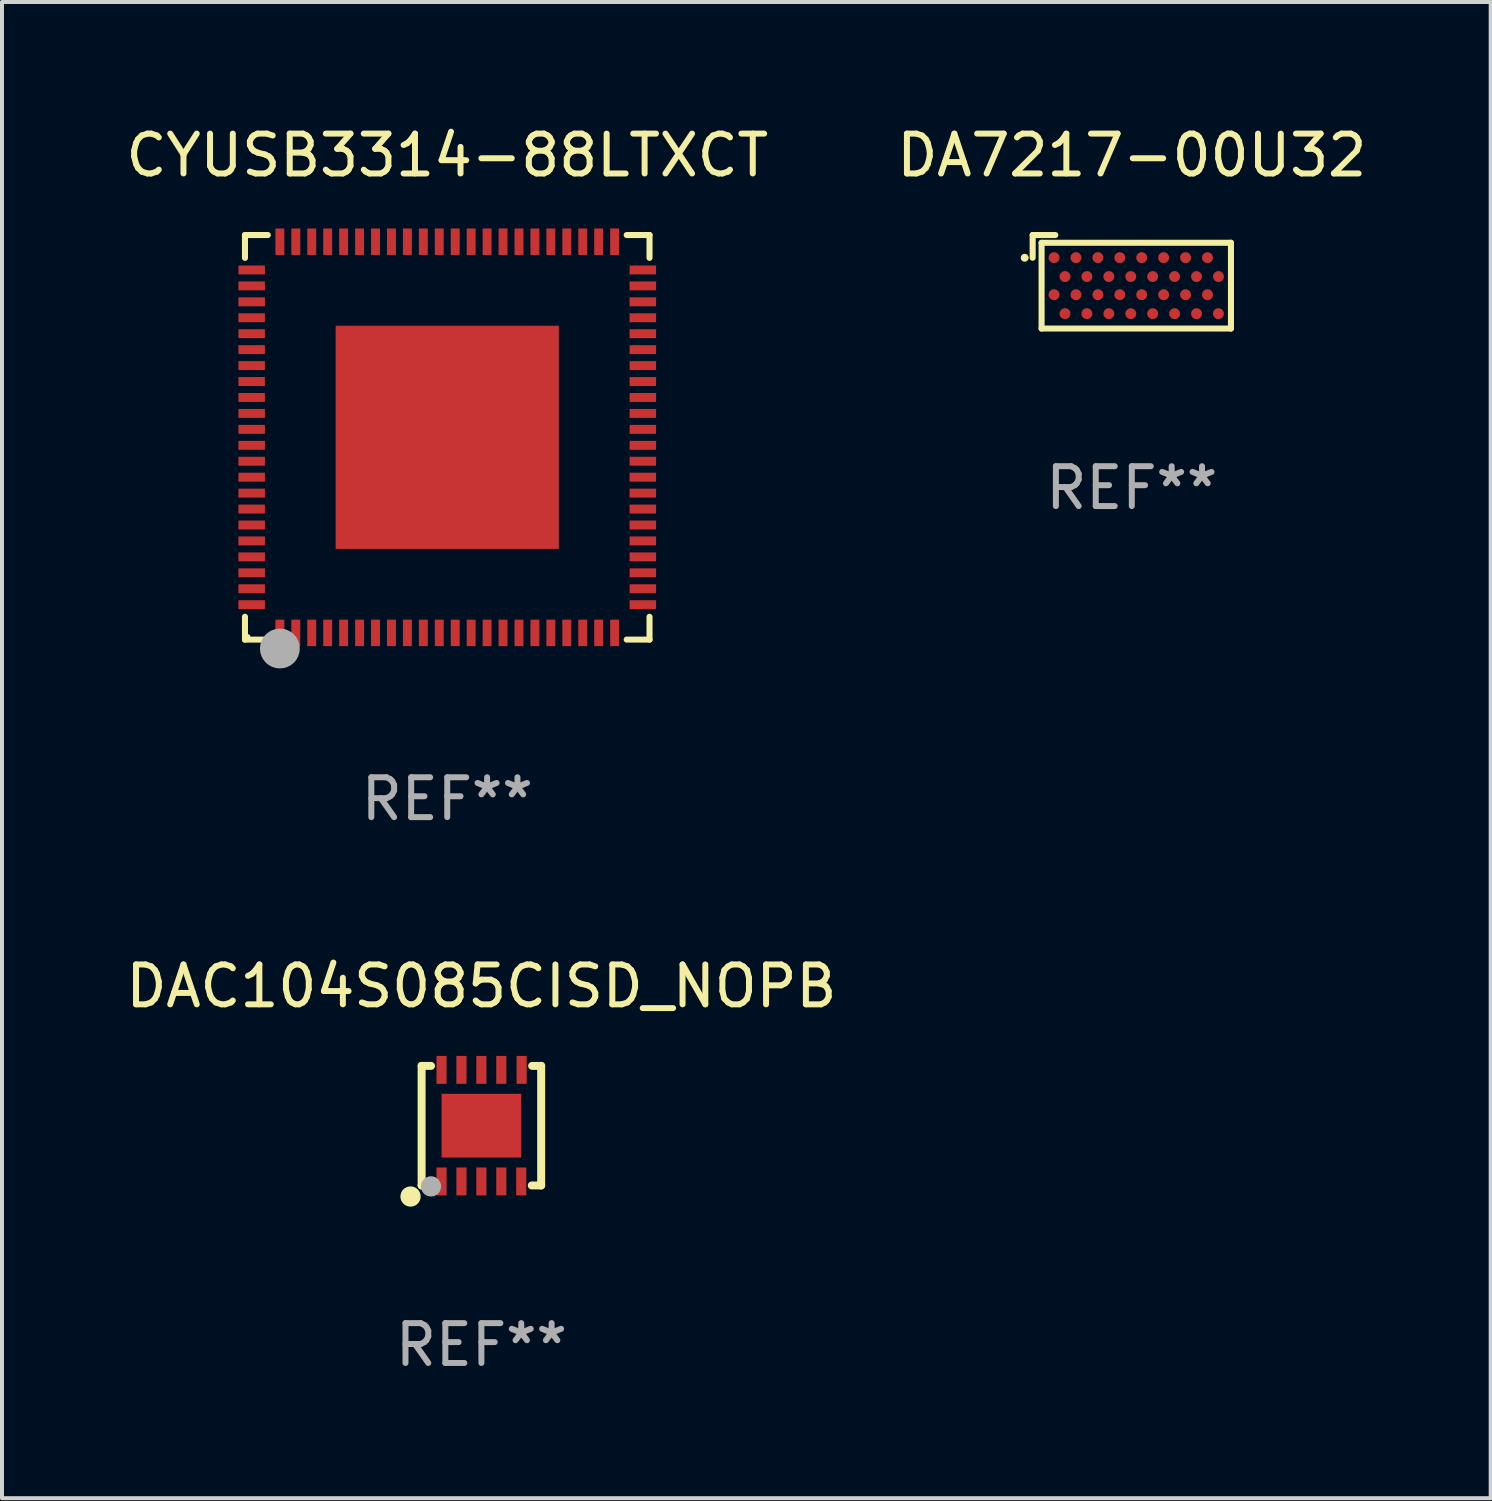
<source format=kicad_pcb>
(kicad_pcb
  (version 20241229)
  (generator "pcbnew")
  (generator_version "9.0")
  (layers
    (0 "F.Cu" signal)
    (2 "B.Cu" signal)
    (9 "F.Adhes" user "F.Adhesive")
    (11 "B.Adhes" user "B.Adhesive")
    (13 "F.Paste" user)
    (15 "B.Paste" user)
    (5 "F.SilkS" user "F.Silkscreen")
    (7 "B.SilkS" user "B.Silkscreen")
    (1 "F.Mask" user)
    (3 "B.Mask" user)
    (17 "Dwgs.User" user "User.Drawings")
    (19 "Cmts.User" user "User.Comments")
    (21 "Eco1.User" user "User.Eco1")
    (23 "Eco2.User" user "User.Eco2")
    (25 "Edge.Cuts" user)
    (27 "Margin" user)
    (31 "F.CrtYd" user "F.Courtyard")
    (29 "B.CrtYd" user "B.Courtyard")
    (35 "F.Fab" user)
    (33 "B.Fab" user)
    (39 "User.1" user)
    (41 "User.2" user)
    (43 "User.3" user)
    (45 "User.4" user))
  (footprint "DA7217-00U32"
    (layer "F.Cu")
    (at 25.351 4.021)
    (property "Reference" "DA7217-00U32" (at 0 -3.173 0) (layer "F.SilkS") (effects (font (size 1 1) (thickness 0.15))))
    (attr through_hole)
    (fp_line (start -2.488 -1.173) (end -2.488 -0.603) (stroke (width 0.152) (type solid)) (layer "F.SilkS"))
    (fp_line (start -2.428 -1.173) (end -2.488 -1.173) (stroke (width 0.152) (type solid)) (layer "F.SilkS"))
    (fp_line (start -2.264 -0.979) (end 2.488 -0.979) (stroke (width 0.152) (type solid)) (layer "F.SilkS"))
    (fp_line (start -2.264 1.173) (end -2.264 -0.979) (stroke (width 0.152) (type solid)) (layer "F.SilkS"))
    (fp_line (start -1.92 -1.173) (end -2.428 -1.173) (stroke (width 0.152) (type solid)) (layer "F.SilkS"))
    (fp_line (start 2.488 -0.979) (end 2.488 1.173) (stroke (width 0.152) (type solid)) (layer "F.SilkS"))
    (fp_line (start 2.488 1.173) (end -2.264 1.173) (stroke (width 0.152) (type solid)) (layer "F.SilkS"))
    (fp_circle (center -2.688 -0.603) (end -2.638 -0.603) (stroke (width 0.1) (type solid)) (fill no) (layer "F.SilkS"))
    (fp_text user "REF**" (at 0 5.173 0) (layer "F.Fab") (effects (font (size 1 1) (thickness 0.15))))
    (pad "A1" smd circle (at -1.951 -0.606) (size 0.274 0.274) (layers "F.Cu" "F.Mask" "F.Paste"))
    (pad "A3" smd circle (at -1.401 -0.606) (size 0.274 0.274) (layers "F.Cu" "F.Mask" "F.Paste"))
    (pad "A5" smd circle (at -0.851 -0.606) (size 0.274 0.274) (layers "F.Cu" "F.Mask" "F.Paste"))
    (pad "A7" smd circle (at -0.301 -0.606) (size 0.274 0.274) (layers "F.Cu" "F.Mask" "F.Paste"))
    (pad "A9" smd circle (at 0.249 -0.606) (size 0.274 0.274) (layers "F.Cu" "F.Mask" "F.Paste"))
    (pad "A11" smd circle (at 0.799 -0.606) (size 0.274 0.274) (layers "F.Cu" "F.Mask" "F.Paste"))
    (pad "A13" smd circle (at 1.349 -0.606) (size 0.274 0.274) (layers "F.Cu" "F.Mask" "F.Paste"))
    (pad "A15" smd circle (at 1.899 -0.606) (size 0.274 0.274) (layers "F.Cu" "F.Mask" "F.Paste"))
    (pad "B2" smd circle (at -1.676 -0.131) (size 0.274 0.274) (layers "F.Cu" "F.Mask" "F.Paste"))
    (pad "B4" smd circle (at -1.126 -0.131) (size 0.274 0.274) (layers "F.Cu" "F.Mask" "F.Paste"))
    (pad "B6" smd circle (at -0.576 -0.131) (size 0.274 0.274) (layers "F.Cu" "F.Mask" "F.Paste"))
    (pad "B8" smd circle (at -0.026 -0.131) (size 0.274 0.274) (layers "F.Cu" "F.Mask" "F.Paste"))
    (pad "B10" smd circle (at 0.524 -0.131) (size 0.274 0.274) (layers "F.Cu" "F.Mask" "F.Paste"))
    (pad "B12" smd circle (at 1.074 -0.131) (size 0.274 0.274) (layers "F.Cu" "F.Mask" "F.Paste"))
    (pad "B14" smd circle (at 1.624 -0.131) (size 0.274 0.274) (layers "F.Cu" "F.Mask" "F.Paste"))
    (pad "B16" smd circle (at 2.174 -0.131) (size 0.274 0.274) (layers "F.Cu" "F.Mask" "F.Paste"))
    (pad "C1" smd circle (at -1.951 0.324) (size 0.274 0.274) (layers "F.Cu" "F.Mask" "F.Paste"))
    (pad "C3" smd circle (at -1.401 0.324) (size 0.274 0.274) (layers "F.Cu" "F.Mask" "F.Paste"))
    (pad "C5" smd circle (at -0.851 0.324) (size 0.274 0.274) (layers "F.Cu" "F.Mask" "F.Paste"))
    (pad "C7" smd circle (at -0.301 0.324) (size 0.274 0.274) (layers "F.Cu" "F.Mask" "F.Paste"))
    (pad "C9" smd circle (at 0.249 0.324) (size 0.274 0.274) (layers "F.Cu" "F.Mask" "F.Paste"))
    (pad "C11" smd circle (at 0.799 0.324) (size 0.274 0.274) (layers "F.Cu" "F.Mask" "F.Paste"))
    (pad "C13" smd circle (at 1.349 0.324) (size 0.274 0.274) (layers "F.Cu" "F.Mask" "F.Paste"))
    (pad "C15" smd circle (at 1.899 0.324) (size 0.274 0.274) (layers "F.Cu" "F.Mask" "F.Paste"))
    (pad "D2" smd circle (at -1.676 0.8) (size 0.274 0.274) (layers "F.Cu" "F.Mask" "F.Paste"))
    (pad "D4" smd circle (at -1.126 0.8) (size 0.274 0.274) (layers "F.Cu" "F.Mask" "F.Paste"))
    (pad "D6" smd circle (at -0.576 0.8) (size 0.274 0.274) (layers "F.Cu" "F.Mask" "F.Paste"))
    (pad "D8" smd circle (at -0.026 0.8) (size 0.274 0.274) (layers "F.Cu" "F.Mask" "F.Paste"))
    (pad "D10" smd circle (at 0.524 0.8) (size 0.274 0.274) (layers "F.Cu" "F.Mask" "F.Paste"))
    (pad "D12" smd circle (at 1.074 0.8) (size 0.274 0.274) (layers "F.Cu" "F.Mask" "F.Paste"))
    (pad "D14" smd circle (at 1.624 0.8) (size 0.274 0.274) (layers "F.Cu" "F.Mask" "F.Paste"))
    (pad "D16" smd circle (at 2.174 0.8) (size 0.274 0.274) (layers "F.Cu" "F.Mask" "F.Paste")))
  (footprint "DAC104S085CISD_NOPB"
    (layer "F.Cu")
    (at 9.03 25.197)
    (property "Reference" "DAC104S085CISD_NOPB" (at 0 -3.5 0) (layer "F.SilkS") (effects (font (size 1 1) (thickness 0.15))))
    (attr through_hole)
    (fp_line (start -1.5 -1.5) (end -1.5 1.5) (stroke (width 0.2) (type solid)) (layer "F.SilkS"))
    (fp_line (start -1.5 -1.5) (end -1.264 -1.5) (stroke (width 0.2) (type solid)) (layer "F.SilkS"))
    (fp_line (start -1.5 1.5) (end -1.264 1.5) (stroke (width 0.2) (type solid)) (layer "F.SilkS"))
    (fp_line (start 1.264 1.5) (end 1.5 1.5) (stroke (width 0.2) (type solid)) (layer "F.SilkS"))
    (fp_line (start 1.274 -1.5) (end 1.5 -1.5) (stroke (width 0.2) (type solid)) (layer "F.SilkS"))
    (fp_line (start 1.5 -1.5) (end 1.5 1.5) (stroke (width 0.2) (type solid)) (layer "F.SilkS"))
    (fp_circle (center -1.778 1.778) (end -1.651 1.778) (stroke (width 0.254) (type solid)) (fill no) (layer "F.SilkS"))
    (fp_circle (center -1.495 1.5) (end -1.465 1.5) (stroke (width 0.06) (type solid)) (fill no) (layer "F.SilkS"))
    (fp_circle (center -1.265 1.524) (end -1.138 1.524) (stroke (width 0.254) (type solid)) (fill no) (layer "F.Fab"))
    (fp_text user "REF**" (at 0 5.5 0) (layer "F.Fab") (effects (font (size 1 1) (thickness 0.15))))
    (pad "1" smd rect (at -1 1.4) (size 0.254 0.701) (layers "F.Cu" "F.Mask" "F.Paste"))
    (pad "2" smd rect (at -0.5 1.4) (size 0.254 0.701) (layers "F.Cu" "F.Mask" "F.Paste"))
    (pad "3" smd rect (at 0 1.4) (size 0.254 0.701) (layers "F.Cu" "F.Mask" "F.Paste"))
    (pad "4" smd rect (at 0.5 1.4) (size 0.254 0.701) (layers "F.Cu" "F.Mask" "F.Paste"))
    (pad "5" smd rect (at 1 1.4) (size 0.254 0.701) (layers "F.Cu" "F.Mask" "F.Paste"))
    (pad "6" smd rect (at 1.01 -1.4) (size 0.254 0.701) (layers "F.Cu" "F.Mask" "F.Paste"))
    (pad "7" smd rect (at 0.5 -1.4) (size 0.254 0.701) (layers "F.Cu" "F.Mask" "F.Paste"))
    (pad "8" smd rect (at 0 -1.4) (size 0.254 0.701) (layers "F.Cu" "F.Mask" "F.Paste"))
    (pad "9" smd rect (at -0.5 -1.4) (size 0.254 0.701) (layers "F.Cu" "F.Mask" "F.Paste"))
    (pad "10" smd rect (at -1 -1.4) (size 0.254 0.701) (layers "F.Cu" "F.Mask" "F.Paste"))
    (pad "11" smd rect (at 0 -0.000127) (size 2 1.6) (layers "F.Cu" "F.Mask" "F.Paste")))
  (footprint "CYUSB3314-88LTXCT"
    (layer "F.Cu")
    (at 8.173 7.924)
    (property "Reference" "CYUSB3314-88LTXCT" (at 0 -7.076 0) (layer "F.SilkS") (effects (font (size 1 1) (thickness 0.15))))
    (attr through_hole)
    (fp_line (start -5.076 -5.076) (end -4.503 -5.076) (stroke (width 0.152) (type solid)) (layer "F.SilkS"))
    (fp_line (start -5.076 -4.503) (end -5.076 -5.076) (stroke (width 0.152) (type solid)) (layer "F.SilkS"))
    (fp_line (start -5.076 4.503) (end -5.076 5.076) (stroke (width 0.152) (type solid)) (layer "F.SilkS"))
    (fp_line (start -5.076 5.076) (end -4.503 5.076) (stroke (width 0.152) (type solid)) (layer "F.SilkS"))
    (fp_line (start 5.076 -5.076) (end 4.503 -5.076) (stroke (width 0.152) (type solid)) (layer "F.SilkS"))
    (fp_line (start 5.076 -4.503) (end 5.076 -5.076) (stroke (width 0.152) (type solid)) (layer "F.SilkS"))
    (fp_line (start 5.076 4.503) (end 5.076 5.076) (stroke (width 0.152) (type solid)) (layer "F.SilkS"))
    (fp_line (start 5.076 5.076) (end 4.503 5.076) (stroke (width 0.152) (type solid)) (layer "F.SilkS"))
    (fp_circle (center -5 5) (end -4.97 5) (stroke (width 0.06) (type solid)) (fill no) (layer "F.SilkS"))
    (fp_circle (center -4.2 5.54) (end -4.125 5.54) (stroke (width 0.15) (type solid)) (fill no) (layer "F.SilkS"))
    (fp_circle (center -4.2 5.3) (end -3.95 5.3) (stroke (width 0.5) (type solid)) (fill no) (layer "F.Fab"))
    (fp_text user "REF**" (at 0 9.076 0) (layer "F.Fab") (effects (font (size 1 1) (thickness 0.15))))
    (pad "1" smd rect (at -4.2 4.908) (size 0.224 0.665) (layers "F.Cu" "F.Mask" "F.Paste"))
    (pad "2" smd rect (at -3.8 4.908) (size 0.224 0.665) (layers "F.Cu" "F.Mask" "F.Paste"))
    (pad "3" smd rect (at -3.4 4.908) (size 0.224 0.665) (layers "F.Cu" "F.Mask" "F.Paste"))
    (pad "4" smd rect (at -3 4.908) (size 0.224 0.665) (layers "F.Cu" "F.Mask" "F.Paste"))
    (pad "5" smd rect (at -2.6 4.908) (size 0.224 0.665) (layers "F.Cu" "F.Mask" "F.Paste"))
    (pad "6" smd rect (at -2.2 4.908) (size 0.224 0.665) (layers "F.Cu" "F.Mask" "F.Paste"))
    (pad "7" smd rect (at -1.8 4.908) (size 0.224 0.665) (layers "F.Cu" "F.Mask" "F.Paste"))
    (pad "8" smd rect (at -1.4 4.908) (size 0.224 0.665) (layers "F.Cu" "F.Mask" "F.Paste"))
    (pad "9" smd rect (at -1 4.908) (size 0.224 0.665) (layers "F.Cu" "F.Mask" "F.Paste"))
    (pad "10" smd rect (at -0.6 4.908) (size 0.224 0.665) (layers "F.Cu" "F.Mask" "F.Paste"))
    (pad "11" smd rect (at -0.2 4.908) (size 0.224 0.665) (layers "F.Cu" "F.Mask" "F.Paste"))
    (pad "12" smd rect (at 0.2 4.908) (size 0.224 0.665) (layers "F.Cu" "F.Mask" "F.Paste"))
    (pad "13" smd rect (at 0.6 4.908) (size 0.224 0.665) (layers "F.Cu" "F.Mask" "F.Paste"))
    (pad "14" smd rect (at 1 4.908) (size 0.224 0.665) (layers "F.Cu" "F.Mask" "F.Paste"))
    (pad "15" smd rect (at 1.4 4.908) (size 0.224 0.665) (layers "F.Cu" "F.Mask" "F.Paste"))
    (pad "16" smd rect (at 1.8 4.908) (size 0.224 0.665) (layers "F.Cu" "F.Mask" "F.Paste"))
    (pad "17" smd rect (at 2.2 4.908) (size 0.224 0.665) (layers "F.Cu" "F.Mask" "F.Paste"))
    (pad "18" smd rect (at 2.6 4.908) (size 0.224 0.665) (layers "F.Cu" "F.Mask" "F.Paste"))
    (pad "19" smd rect (at 3 4.908) (size 0.224 0.665) (layers "F.Cu" "F.Mask" "F.Paste"))
    (pad "20" smd rect (at 3.4 4.908) (size 0.224 0.665) (layers "F.Cu" "F.Mask" "F.Paste"))
    (pad "21" smd rect (at 3.8 4.908) (size 0.224 0.665) (layers "F.Cu" "F.Mask" "F.Paste"))
    (pad "22" smd rect (at 4.2 4.908) (size 0.224 0.665) (layers "F.Cu" "F.Mask" "F.Paste"))
    (pad "23" smd rect (at 4.908 4.2) (size 0.665 0.224) (layers "F.Cu" "F.Mask" "F.Paste"))
    (pad "24" smd rect (at 4.908 3.8) (size 0.665 0.224) (layers "F.Cu" "F.Mask" "F.Paste"))
    (pad "25" smd rect (at 4.908 3.4) (size 0.665 0.224) (layers "F.Cu" "F.Mask" "F.Paste"))
    (pad "26" smd rect (at 4.908 3) (size 0.665 0.224) (layers "F.Cu" "F.Mask" "F.Paste"))
    (pad "27" smd rect (at 4.908 2.6) (size 0.665 0.224) (layers "F.Cu" "F.Mask" "F.Paste"))
    (pad "28" smd rect (at 4.908 2.2) (size 0.665 0.224) (layers "F.Cu" "F.Mask" "F.Paste"))
    (pad "29" smd rect (at 4.908 1.8) (size 0.665 0.224) (layers "F.Cu" "F.Mask" "F.Paste"))
    (pad "30" smd rect (at 4.908 1.4) (size 0.665 0.224) (layers "F.Cu" "F.Mask" "F.Paste"))
    (pad "31" smd rect (at 4.908 1) (size 0.665 0.224) (layers "F.Cu" "F.Mask" "F.Paste"))
    (pad "32" smd rect (at 4.908 0.6) (size 0.665 0.224) (layers "F.Cu" "F.Mask" "F.Paste"))
    (pad "33" smd rect (at 4.908 0.2) (size 0.665 0.224) (layers "F.Cu" "F.Mask" "F.Paste"))
    (pad "34" smd rect (at 4.908 -0.2) (size 0.665 0.224) (layers "F.Cu" "F.Mask" "F.Paste"))
    (pad "35" smd rect (at 4.908 -0.6) (size 0.665 0.224) (layers "F.Cu" "F.Mask" "F.Paste"))
    (pad "36" smd rect (at 4.908 -1) (size 0.665 0.224) (layers "F.Cu" "F.Mask" "F.Paste"))
    (pad "37" smd rect (at 4.908 -1.4) (size 0.665 0.224) (layers "F.Cu" "F.Mask" "F.Paste"))
    (pad "38" smd rect (at 4.908 -1.8) (size 0.665 0.224) (layers "F.Cu" "F.Mask" "F.Paste"))
    (pad "39" smd rect (at 4.908 -2.2) (size 0.665 0.224) (layers "F.Cu" "F.Mask" "F.Paste"))
    (pad "40" smd rect (at 4.908 -2.6) (size 0.665 0.224) (layers "F.Cu" "F.Mask" "F.Paste"))
    (pad "41" smd rect (at 4.908 -3) (size 0.665 0.224) (layers "F.Cu" "F.Mask" "F.Paste"))
    (pad "42" smd rect (at 4.908 -3.4) (size 0.665 0.224) (layers "F.Cu" "F.Mask" "F.Paste"))
    (pad "43" smd rect (at 4.908 -3.8) (size 0.665 0.224) (layers "F.Cu" "F.Mask" "F.Paste"))
    (pad "44" smd rect (at 4.908 -4.2) (size 0.665 0.224) (layers "F.Cu" "F.Mask" "F.Paste"))
    (pad "45" smd rect (at 4.2 -4.908) (size 0.224 0.665) (layers "F.Cu" "F.Mask" "F.Paste"))
    (pad "46" smd rect (at 3.8 -4.908) (size 0.224 0.665) (layers "F.Cu" "F.Mask" "F.Paste"))
    (pad "47" smd rect (at 3.4 -4.908) (size 0.224 0.665) (layers "F.Cu" "F.Mask" "F.Paste"))
    (pad "48" smd rect (at 3 -4.908) (size 0.224 0.665) (layers "F.Cu" "F.Mask" "F.Paste"))
    (pad "49" smd rect (at 2.6 -4.908) (size 0.224 0.665) (layers "F.Cu" "F.Mask" "F.Paste"))
    (pad "50" smd rect (at 2.2 -4.908) (size 0.224 0.665) (layers "F.Cu" "F.Mask" "F.Paste"))
    (pad "51" smd rect (at 1.8 -4.908) (size 0.224 0.665) (layers "F.Cu" "F.Mask" "F.Paste"))
    (pad "52" smd rect (at 1.4 -4.908) (size 0.224 0.665) (layers "F.Cu" "F.Mask" "F.Paste"))
    (pad "53" smd rect (at 1 -4.908) (size 0.224 0.665) (layers "F.Cu" "F.Mask" "F.Paste"))
    (pad "54" smd rect (at 0.6 -4.908) (size 0.224 0.665) (layers "F.Cu" "F.Mask" "F.Paste"))
    (pad "55" smd rect (at 0.2 -4.908) (size 0.224 0.665) (layers "F.Cu" "F.Mask" "F.Paste"))
    (pad "56" smd rect (at -0.2 -4.908) (size 0.224 0.665) (layers "F.Cu" "F.Mask" "F.Paste"))
    (pad "57" smd rect (at -0.6 -4.908) (size 0.224 0.665) (layers "F.Cu" "F.Mask" "F.Paste"))
    (pad "58" smd rect (at -1 -4.908) (size 0.224 0.665) (layers "F.Cu" "F.Mask" "F.Paste"))
    (pad "59" smd rect (at -1.4 -4.908) (size 0.224 0.665) (layers "F.Cu" "F.Mask" "F.Paste"))
    (pad "60" smd rect (at -1.8 -4.908) (size 0.224 0.665) (layers "F.Cu" "F.Mask" "F.Paste"))
    (pad "61" smd rect (at -2.2 -4.908) (size 0.224 0.665) (layers "F.Cu" "F.Mask" "F.Paste"))
    (pad "62" smd rect (at -2.6 -4.908) (size 0.224 0.665) (layers "F.Cu" "F.Mask" "F.Paste"))
    (pad "63" smd rect (at -3 -4.908) (size 0.224 0.665) (layers "F.Cu" "F.Mask" "F.Paste"))
    (pad "64" smd rect (at -3.4 -4.908) (size 0.224 0.665) (layers "F.Cu" "F.Mask" "F.Paste"))
    (pad "65" smd rect (at -3.8 -4.908) (size 0.224 0.665) (layers "F.Cu" "F.Mask" "F.Paste"))
    (pad "66" smd rect (at -4.2 -4.908) (size 0.224 0.665) (layers "F.Cu" "F.Mask" "F.Paste"))
    (pad "67" smd rect (at -4.908 -4.2) (size 0.665 0.224) (layers "F.Cu" "F.Mask" "F.Paste"))
    (pad "68" smd rect (at -4.908 -3.8) (size 0.665 0.224) (layers "F.Cu" "F.Mask" "F.Paste"))
    (pad "69" smd rect (at -4.908 -3.4) (size 0.665 0.224) (layers "F.Cu" "F.Mask" "F.Paste"))
    (pad "70" smd rect (at -4.908 -3) (size 0.665 0.224) (layers "F.Cu" "F.Mask" "F.Paste"))
    (pad "71" smd rect (at -4.908 -2.6) (size 0.665 0.224) (layers "F.Cu" "F.Mask" "F.Paste"))
    (pad "72" smd rect (at -4.908 -2.2) (size 0.665 0.224) (layers "F.Cu" "F.Mask" "F.Paste"))
    (pad "73" smd rect (at -4.908 -1.8) (size 0.665 0.224) (layers "F.Cu" "F.Mask" "F.Paste"))
    (pad "74" smd rect (at -4.908 -1.4) (size 0.665 0.224) (layers "F.Cu" "F.Mask" "F.Paste"))
    (pad "75" smd rect (at -4.908 -1) (size 0.665 0.224) (layers "F.Cu" "F.Mask" "F.Paste"))
    (pad "76" smd rect (at -4.908 -0.6) (size 0.665 0.224) (layers "F.Cu" "F.Mask" "F.Paste"))
    (pad "77" smd rect (at -4.908 -0.2) (size 0.665 0.224) (layers "F.Cu" "F.Mask" "F.Paste"))
    (pad "78" smd rect (at -4.908 0.2) (size 0.665 0.224) (layers "F.Cu" "F.Mask" "F.Paste"))
    (pad "79" smd rect (at -4.908 0.6) (size 0.665 0.224) (layers "F.Cu" "F.Mask" "F.Paste"))
    (pad "80" smd rect (at -4.908 1) (size 0.665 0.224) (layers "F.Cu" "F.Mask" "F.Paste"))
    (pad "81" smd rect (at -4.908 1.4) (size 0.665 0.224) (layers "F.Cu" "F.Mask" "F.Paste"))
    (pad "82" smd rect (at -4.908 1.8) (size 0.665 0.224) (layers "F.Cu" "F.Mask" "F.Paste"))
    (pad "83" smd rect (at -4.908 2.2) (size 0.665 0.224) (layers "F.Cu" "F.Mask" "F.Paste"))
    (pad "84" smd rect (at -4.908 2.6) (size 0.665 0.224) (layers "F.Cu" "F.Mask" "F.Paste"))
    (pad "85" smd rect (at -4.908 3) (size 0.665 0.224) (layers "F.Cu" "F.Mask" "F.Paste"))
    (pad "86" smd rect (at -4.908 3.4) (size 0.665 0.224) (layers "F.Cu" "F.Mask" "F.Paste"))
    (pad "87" smd rect (at -4.908 3.8) (size 0.665 0.224) (layers "F.Cu" "F.Mask" "F.Paste"))
    (pad "88" smd rect (at -4.908 4.2) (size 0.665 0.224) (layers "F.Cu" "F.Mask" "F.Paste"))
    (pad "89" smd rect (at 0 0) (size 5.6 5.6) (layers "F.Cu" "F.Mask" "F.Paste")))
  (gr_rect
    (start -3 -3)
    (end 34.357 34.545)
    (stroke (width 0.1) (type default))
    (fill no)
    (layer "Edge.Cuts")))
</source>
